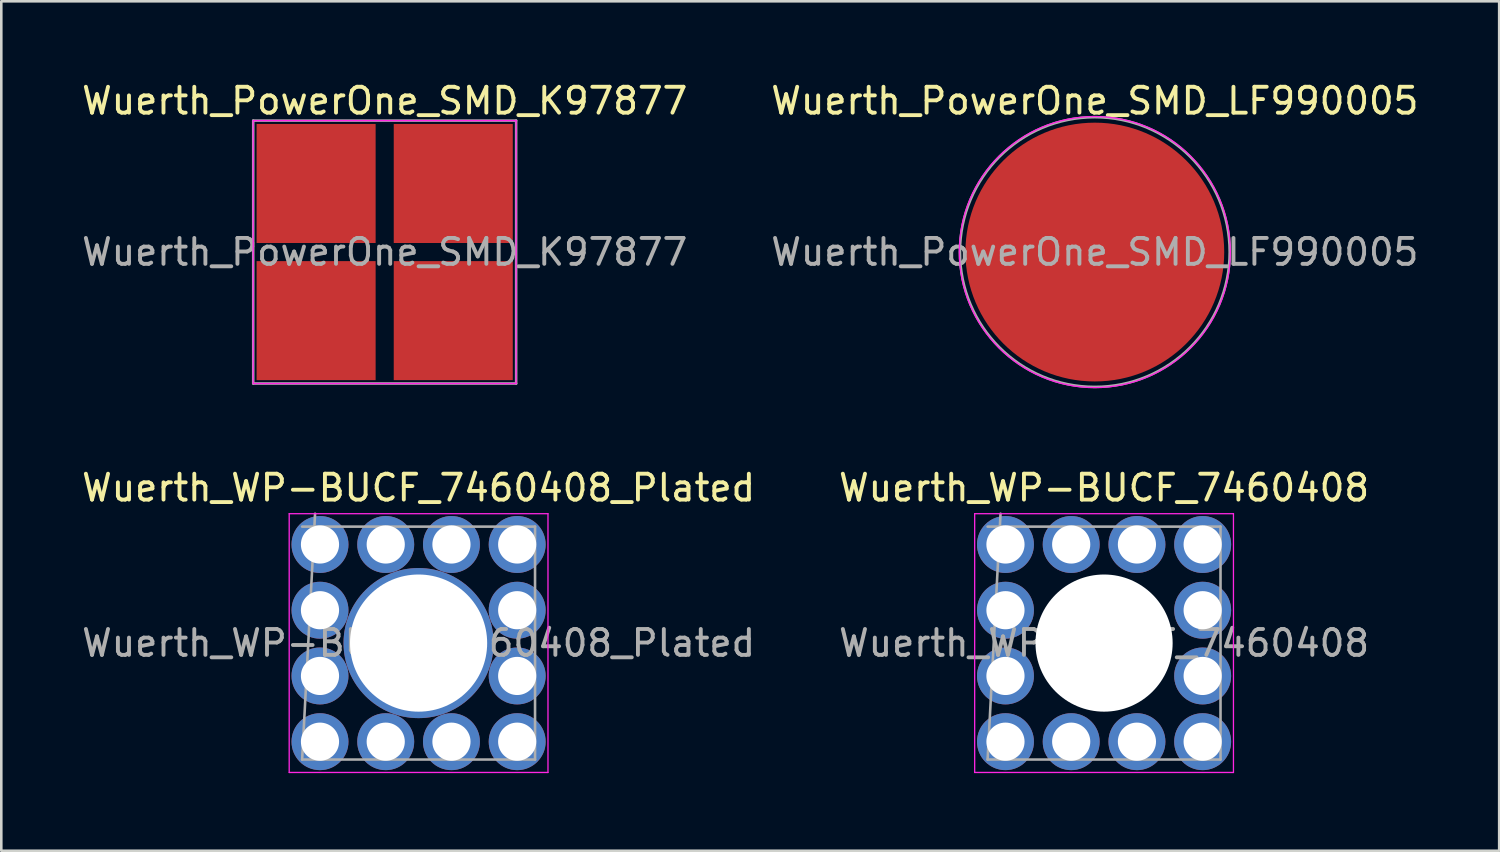
<source format=kicad_pcb>
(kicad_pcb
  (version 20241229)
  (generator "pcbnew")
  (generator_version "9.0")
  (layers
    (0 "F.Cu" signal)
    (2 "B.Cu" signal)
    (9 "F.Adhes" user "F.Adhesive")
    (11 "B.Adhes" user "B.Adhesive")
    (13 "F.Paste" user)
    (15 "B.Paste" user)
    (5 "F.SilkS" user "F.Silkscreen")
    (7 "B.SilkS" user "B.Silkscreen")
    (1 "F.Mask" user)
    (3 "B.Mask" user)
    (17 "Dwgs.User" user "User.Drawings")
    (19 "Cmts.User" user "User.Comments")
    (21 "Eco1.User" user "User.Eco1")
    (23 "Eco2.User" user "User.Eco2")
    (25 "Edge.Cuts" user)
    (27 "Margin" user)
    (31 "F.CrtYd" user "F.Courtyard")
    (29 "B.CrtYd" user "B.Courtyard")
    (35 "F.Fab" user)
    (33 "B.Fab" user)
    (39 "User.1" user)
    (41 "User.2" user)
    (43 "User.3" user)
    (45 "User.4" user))
  (footprint "Wuerth_PowerOne_SMD_LF990005"
    (layer "F.Cu")
    (at 39.256 6.69)
    (property "Reference" "Wuerth_PowerOne_SMD_LF990005" (at 0 -5.842 0) (layer "F.SilkS") (effects (font (size 1 1) (thickness 0.15))))
    (attr exclude_from_pos_files exclude_from_bom)
    (fp_poly (pts (xy -0.5 -0.5) (xy -4.8 -0.5) (xy -4.7 -1.1) (xy -4.4 -2) (xy -3.7 -3.1) (xy -3.1 -3.7) (xy -2 -4.4) (xy -1.1 -4.7) (xy -0.5 -4.8)) (stroke (width 0.12) (type solid)) (fill yes) (layer "F.Paste"))
    (fp_poly (pts (xy -0.5 0.5) (xy -0.5 4.8) (xy -1.1 4.7) (xy -2 4.4) (xy -3.1 3.7) (xy -3.7 3.1) (xy -4.4 2) (xy -4.7 1.1) (xy -4.8 0.5)) (stroke (width 0.12) (type solid)) (fill yes) (layer "F.Paste"))
    (fp_poly (pts (xy 0.5 -0.5) (xy 0.5 -4.8) (xy 1.1 -4.7) (xy 2 -4.4) (xy 3.1 -3.7) (xy 3.7 -3.1) (xy 4.4 -2) (xy 4.7 -1.1) (xy 4.8 -0.5)) (stroke (width 0.12) (type solid)) (fill yes) (layer "F.Paste"))
    (fp_poly (pts (xy 0.5 0.5) (xy 4.8 0.5) (xy 4.7 1.1) (xy 4.4 2) (xy 3.7 3.1) (xy 3.1 3.7) (xy 2 4.4) (xy 1.1 4.7) (xy 0.5 4.8)) (stroke (width 0.12) (type solid)) (fill yes) (layer "F.Paste"))
    (fp_circle (center 0 0) (end 4.064 3.302) (stroke (width 0.05) (type solid)) (fill no) (layer "F.CrtYd"))
    (fp_circle (center 0 0) (end 3.556 3.81) (stroke (width 0.1) (type solid)) (fill no) (layer "F.Fab"))
    (fp_text user "${REFERENCE}" (at 0 0 0) (layer "F.Fab") (effects (font (size 1 1) (thickness 0.15))))
    (pad "1" smd circle (at 0 0) (size 10 10) (layers "F.Cu" "F.Mask")))
  (footprint "Wuerth_WP-BUCF_7460408_Plated"
    (layer "F.Cu")
    (at 13.125 21.8)
    (property "Reference" "Wuerth_WP-BUCF_7460408_Plated" (at 0 -6 0) (layer "F.SilkS") (effects (font (size 1 1) (thickness 0.15))))
    (attr smd)
    (fp_line (start -5 -5) (end 5 -5) (stroke (width 0.05) (type solid)) (layer "F.CrtYd"))
    (fp_line (start -5 5) (end -5 -5) (stroke (width 0.05) (type solid)) (layer "F.CrtYd"))
    (fp_line (start 5 -5) (end 5 5) (stroke (width 0.05) (type solid)) (layer "F.CrtYd"))
    (fp_line (start 5 5) (end -5 5) (stroke (width 0.05) (type solid)) (layer "F.CrtYd"))
    (fp_line (start -4.5 -4.5) (end 4.5 -4.5) (stroke (width 0.1) (type solid)) (layer "F.Fab"))
    (fp_line (start -4.5 4.5) (end -4 -5) (stroke (width 0.1) (type solid)) (layer "F.Fab"))
    (fp_line (start 4.5 -4.5) (end 4.5 4.5) (stroke (width 0.1) (type solid)) (layer "F.Fab"))
    (fp_line (start 4.5 4.5) (end -4.5 4.5) (stroke (width 0.1) (type solid)) (layer "F.Fab"))
    (fp_text user "${REFERENCE}" (at 0 0 0) (layer "F.Fab") (effects (font (size 1 1) (thickness 0.15))))
    (pad "1" thru_hole circle (at -3.81 -3.81) (size 2.2 2.2) (drill 1.475) (layers "*.Cu" "*.Mask"))
    (pad "1" thru_hole circle (at -3.81 -1.27) (size 2.2 2.2) (drill 1.475) (layers "*.Cu" "*.Mask"))
    (pad "1" thru_hole circle (at -3.81 1.27) (size 2.2 2.2) (drill 1.475) (layers "*.Cu" "*.Mask"))
    (pad "1" thru_hole circle (at -3.81 3.81) (size 2.2 2.2) (drill 1.475) (layers "*.Cu" "*.Mask"))
    (pad "1" thru_hole circle (at -1.27 -3.81) (size 2.2 2.2) (drill 1.475) (layers "*.Cu" "*.Mask"))
    (pad "1" thru_hole circle (at -1.27 3.81) (size 2.2 2.2) (drill 1.475) (layers "*.Cu" "*.Mask"))
    (pad "1" thru_hole circle (at 0 0) (size 5.8 5.8) (drill 5.3) (layers "*.Cu" "*.Mask"))
    (pad "1" thru_hole circle (at 1.27 -3.81) (size 2.2 2.2) (drill 1.475) (layers "*.Cu" "*.Mask"))
    (pad "1" thru_hole circle (at 1.27 3.81) (size 2.2 2.2) (drill 1.475) (layers "*.Cu" "*.Mask"))
    (pad "1" thru_hole circle (at 3.81 -3.81) (size 2.2 2.2) (drill 1.475) (layers "*.Cu" "*.Mask"))
    (pad "1" thru_hole circle (at 3.81 -1.27) (size 2.2 2.2) (drill 1.475) (layers "*.Cu" "*.Mask"))
    (pad "1" thru_hole circle (at 3.81 1.27) (size 2.2 2.2) (drill 1.475) (layers "*.Cu" "*.Mask"))
    (pad "1" thru_hole circle (at 3.81 3.81) (size 2.2 2.2) (drill 1.475) (layers "*.Cu" "*.Mask")))
  (footprint "Wuerth_WP-BUCF_7460408"
    (layer "F.Cu")
    (at 39.613 21.8)
    (property "Reference" "Wuerth_WP-BUCF_7460408" (at 0 -6 0) (layer "F.SilkS") (effects (font (size 1 1) (thickness 0.15))))
    (attr smd)
    (fp_line (start -5 -5) (end 5 -5) (stroke (width 0.05) (type solid)) (layer "F.CrtYd"))
    (fp_line (start -5 5) (end -5 -5) (stroke (width 0.05) (type solid)) (layer "F.CrtYd"))
    (fp_line (start 5 -5) (end 5 5) (stroke (width 0.05) (type solid)) (layer "F.CrtYd"))
    (fp_line (start 5 5) (end -5 5) (stroke (width 0.05) (type solid)) (layer "F.CrtYd"))
    (fp_line (start -4.5 -4.5) (end 4.5 -4.5) (stroke (width 0.1) (type solid)) (layer "F.Fab"))
    (fp_line (start -4.5 4.5) (end -4 -5) (stroke (width 0.1) (type solid)) (layer "F.Fab"))
    (fp_line (start 4.5 -4.5) (end 4.5 4.5) (stroke (width 0.1) (type solid)) (layer "F.Fab"))
    (fp_line (start 4.5 4.5) (end -4.5 4.5) (stroke (width 0.1) (type solid)) (layer "F.Fab"))
    (fp_text user "${REFERENCE}" (at 0 0 0) (layer "F.Fab") (effects (font (size 1 1) (thickness 0.15))))
    (pad "" np_thru_hole circle (at 0 0) (size 5.3 5.3) (drill 5.3) (layers "*.Cu" "*.Mask"))
    (pad "1" thru_hole circle (at -3.81 -3.81) (size 2.2 2.2) (drill 1.475) (layers "*.Cu" "*.Mask"))
    (pad "1" thru_hole circle (at -3.81 -1.27) (size 2.2 2.2) (drill 1.475) (layers "*.Cu" "*.Mask"))
    (pad "1" thru_hole circle (at -3.81 1.27) (size 2.2 2.2) (drill 1.475) (layers "*.Cu" "*.Mask"))
    (pad "1" thru_hole circle (at -3.81 3.81) (size 2.2 2.2) (drill 1.475) (layers "*.Cu" "*.Mask"))
    (pad "1" thru_hole circle (at -1.27 -3.81) (size 2.2 2.2) (drill 1.475) (layers "*.Cu" "*.Mask"))
    (pad "1" thru_hole circle (at -1.27 3.81) (size 2.2 2.2) (drill 1.475) (layers "*.Cu" "*.Mask"))
    (pad "1" thru_hole circle (at 1.27 -3.81) (size 2.2 2.2) (drill 1.475) (layers "*.Cu" "*.Mask"))
    (pad "1" thru_hole circle (at 1.27 3.81) (size 2.2 2.2) (drill 1.475) (layers "*.Cu" "*.Mask"))
    (pad "1" thru_hole circle (at 3.81 -3.81) (size 2.2 2.2) (drill 1.475) (layers "*.Cu" "*.Mask"))
    (pad "1" thru_hole circle (at 3.81 -1.27) (size 2.2 2.2) (drill 1.475) (layers "*.Cu" "*.Mask"))
    (pad "1" thru_hole circle (at 3.81 1.27) (size 2.2 2.2) (drill 1.475) (layers "*.Cu" "*.Mask"))
    (pad "1" thru_hole circle (at 3.81 3.81) (size 2.2 2.2) (drill 1.475) (layers "*.Cu" "*.Mask")))
  (footprint "Wuerth_PowerOne_SMD_K97877"
    (layer "F.Cu")
    (at 11.815 6.69)
    (property "Reference" "Wuerth_PowerOne_SMD_K97877" (at 0 -5.842 0) (layer "F.SilkS") (effects (font (size 1 1) (thickness 0.15))))
    (attr exclude_from_pos_files exclude_from_bom)
    (fp_line (start -5.08 -5.08) (end -5.08 5.08) (stroke (width 0.05) (type solid)) (layer "F.CrtYd"))
    (fp_line (start -5.08 5.08) (end 5.08 5.08) (stroke (width 0.05) (type solid)) (layer "F.CrtYd"))
    (fp_line (start 5.08 -5.08) (end -5.08 -5.08) (stroke (width 0.05) (type solid)) (layer "F.CrtYd"))
    (fp_line (start 5.08 5.08) (end 5.08 -5.08) (stroke (width 0.05) (type solid)) (layer "F.CrtYd"))
    (fp_line (start -5.08 -5.08) (end 5.08 -5.08) (stroke (width 0.1) (type solid)) (layer "F.Fab"))
    (fp_line (start -5.08 5.08) (end -5.08 -5.08) (stroke (width 0.1) (type solid)) (layer "F.Fab"))
    (fp_line (start 5.08 -5.08) (end 5.08 5.08) (stroke (width 0.1) (type solid)) (layer "F.Fab"))
    (fp_line (start 5.08 5.08) (end -5.08 5.08) (stroke (width 0.1) (type solid)) (layer "F.Fab"))
    (fp_text user "${REFERENCE}" (at 0 0 0) (layer "F.Fab") (effects (font (size 1 1) (thickness 0.15))))
    (pad "1" smd rect (at -2.65 -2.65) (size 4.6 4.6) (layers "F.Cu" "F.Mask" "F.Paste"))
    (pad "1" smd rect (at -2.65 2.65) (size 4.6 4.6) (layers "F.Cu" "F.Mask" "F.Paste"))
    (pad "1" smd rect (at 2.65 -2.65) (size 4.6 4.6) (layers "F.Cu" "F.Mask" "F.Paste"))
    (pad "1" smd rect (at 2.65 2.65) (size 4.6 4.6) (layers "F.Cu" "F.Mask" "F.Paste")))
  (gr_rect
    (start -3 -3)
    (end 54.881 29.825)
    (stroke (width 0.1) (type default))
    (fill no)
    (layer "Edge.Cuts")))
</source>
